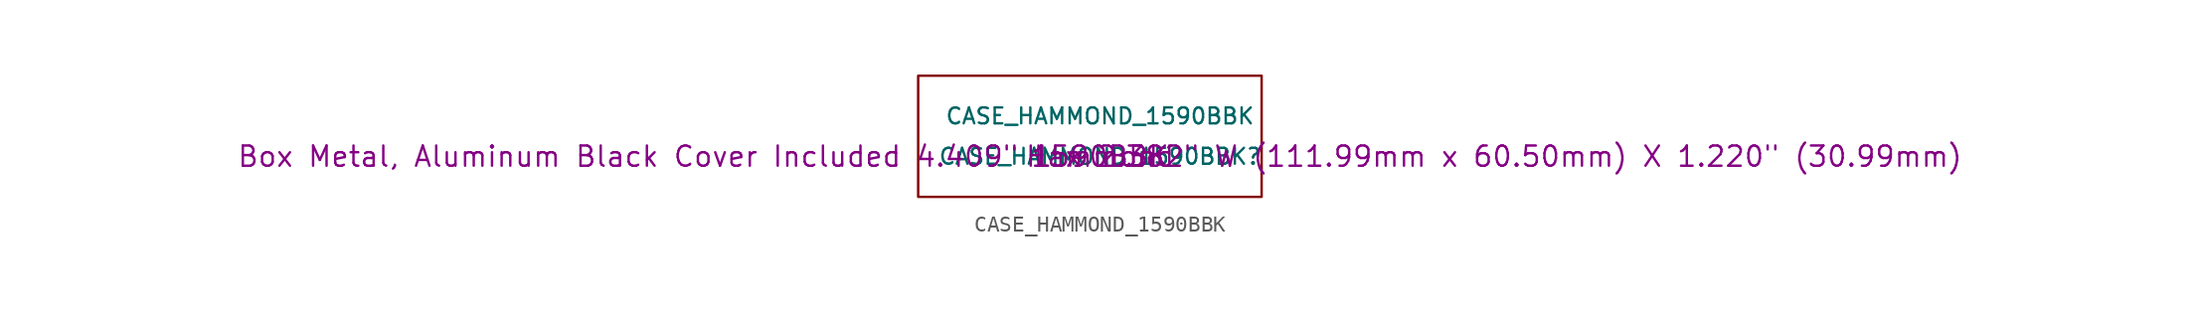
<source format=kicad_sym>
(kicad_symbol_lib
  (version 20210619)
  (generator kicad_symbol_editor)
  (symbol "CASE_HAMMOND_1590BBK:CASE_HAMMOND_1590BBK"
    (pin_names
      (offset 1.016))
    (property "Reference" "CASE_HAMMOND_1590BBK"
      (at 0 0 0)
      (effects (font (size 1 1))))
    (property "Value" "CASE_HAMMOND_1590BBK"
      (at 0 2.54 0)
      (effects (font (size 1 1))))
    (property "Footprint" ""
      (at 0 0 0)
      (effects (font (size 1.524 1.524))))
    (property "Datasheet" ""
      (at 0 0 0)
      (effects (font (size 1.524 1.524))))
    (property "Description" "Box Metal, Aluminum Black Cover Included 4.409\" L x 2.382\" W (111.99mm x 60.50mm) X 1.220\" (30.99mm)"
      (at 0 0 0)
      (effects (font (size 1.27 1.27))))
    (property "Manufacturer" "Hammond"
      (at 0 0 0)
      (effects (font (size 1.27 1.27))))
    (property "manf#" "1590BBK"
      (at 0 0 0)
      (effects (font (size 1.27 1.27))))
    (symbol "CASE_HAMMOND_1590BBK_0_1"
      (rectangle (start -11.43 -2.54) (end 10.16 5.08) (stroke (width 0)) (fill (type none))))))
</source>
